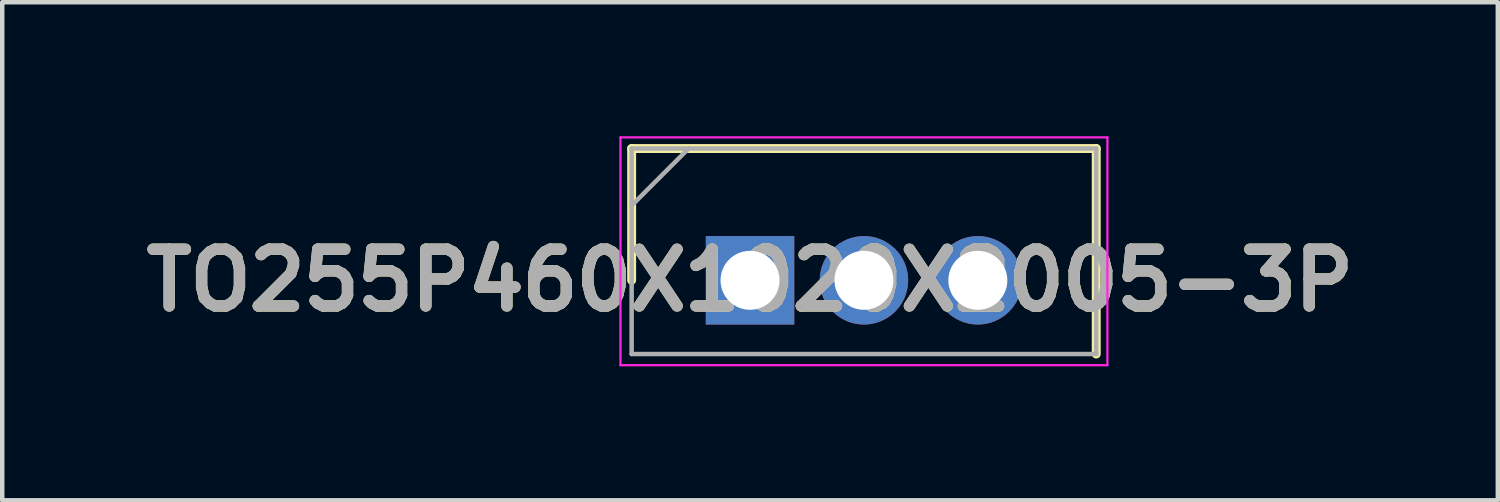
<source format=kicad_pcb>
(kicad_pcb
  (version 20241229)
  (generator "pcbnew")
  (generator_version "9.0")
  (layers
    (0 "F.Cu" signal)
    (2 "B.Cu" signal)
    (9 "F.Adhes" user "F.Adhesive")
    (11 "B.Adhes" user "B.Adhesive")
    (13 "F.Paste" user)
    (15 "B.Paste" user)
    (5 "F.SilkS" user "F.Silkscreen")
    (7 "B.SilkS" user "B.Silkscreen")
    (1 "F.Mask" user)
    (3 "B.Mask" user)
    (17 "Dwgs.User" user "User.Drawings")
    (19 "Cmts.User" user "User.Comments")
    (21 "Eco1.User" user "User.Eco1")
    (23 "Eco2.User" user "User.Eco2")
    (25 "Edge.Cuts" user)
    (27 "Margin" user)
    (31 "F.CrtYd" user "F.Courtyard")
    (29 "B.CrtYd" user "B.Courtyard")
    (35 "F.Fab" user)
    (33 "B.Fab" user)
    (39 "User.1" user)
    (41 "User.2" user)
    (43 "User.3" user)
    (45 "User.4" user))
  (footprint "TO255P460X1020X2005-3P"
    (layer "F.Cu")
    (at 13.74 3.225)
    (property "Reference" "TO255P460X1020X2005-3P" (at 0 0 0) (layer "F.SilkS") (effects (font (size 1.27 1.27) (thickness 0.254))))
    (attr through_hole)
    (fp_line (start -2.65 -2.95) (end -2.65 0) (stroke (width 0.2) (type solid)) (layer "F.SilkS"))
    (fp_line (start 7.75 -2.95) (end -2.65 -2.95) (stroke (width 0.2) (type solid)) (layer "F.SilkS"))
    (fp_line (start 7.75 1.65) (end 7.75 -2.95) (stroke (width 0.2) (type solid)) (layer "F.SilkS"))
    (fp_line (start -2.9 -3.2) (end 8 -3.2) (stroke (width 0.05) (type solid)) (layer "F.CrtYd"))
    (fp_line (start -2.9 1.9) (end -2.9 -3.2) (stroke (width 0.05) (type solid)) (layer "F.CrtYd"))
    (fp_line (start 8 -3.2) (end 8 1.9) (stroke (width 0.05) (type solid)) (layer "F.CrtYd"))
    (fp_line (start 8 1.9) (end -2.9 1.9) (stroke (width 0.05) (type solid)) (layer "F.CrtYd"))
    (fp_line (start -2.65 -2.95) (end 7.75 -2.95) (stroke (width 0.1) (type solid)) (layer "F.Fab"))
    (fp_line (start -2.65 -1.675) (end -1.375 -2.95) (stroke (width 0.1) (type solid)) (layer "F.Fab"))
    (fp_line (start -2.65 1.65) (end -2.65 -2.95) (stroke (width 0.1) (type solid)) (layer "F.Fab"))
    (fp_line (start 7.75 -2.95) (end 7.75 1.65) (stroke (width 0.1) (type solid)) (layer "F.Fab"))
    (fp_line (start 7.75 1.65) (end -2.65 1.65) (stroke (width 0.1) (type solid)) (layer "F.Fab"))
    (fp_text user "${REFERENCE}" (at 0 0 0) (layer "F.Fab") (effects (font (size 1.27 1.27) (thickness 0.254))))
    (pad "1" thru_hole rect (at 0 0) (size 1.98 1.98) (drill 1.32) (layers "*.Cu" "*.Mask"))
    (pad "2" thru_hole circle (at 2.55 0) (size 1.98 1.98) (drill 1.32) (layers "*.Cu" "*.Mask"))
    (pad "3" thru_hole circle (at 5.1 0) (size 1.98 1.98) (drill 1.32) (layers "*.Cu" "*.Mask")))
  (gr_rect
    (start -3 -3)
    (end 30.48 8.15)
    (stroke (width 0.1) (type default))
    (fill no)
    (layer "Edge.Cuts")))
</source>
